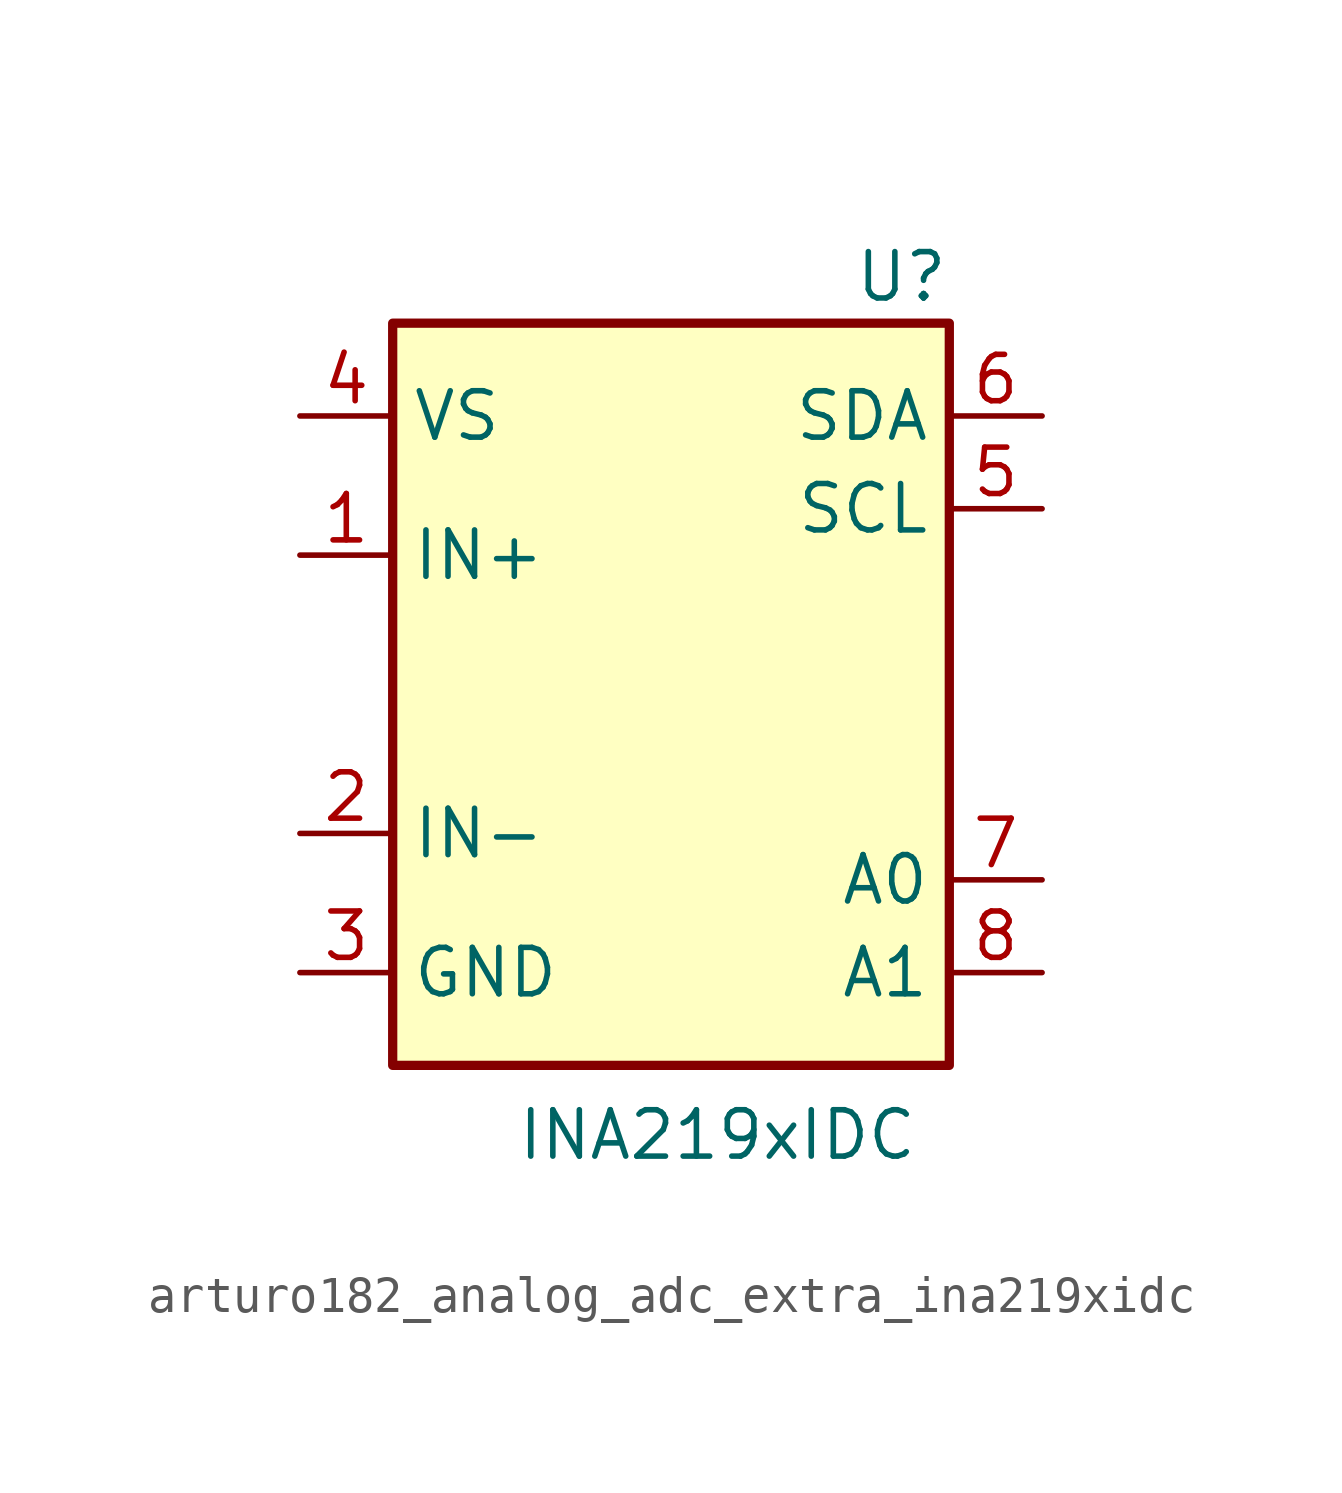
<source format=kicad_sym>
(kicad_symbol_lib
  (version 20220914)
  (generator kicad_symbol_editor)
  (symbol "Analog_ADC_Extra:arturo182_analog_adc_extra_ina219xidc"
    (pin_names
      (offset 0.508))
    (property "Reference" "U"
      (at 7.62 11.43 0)
      (effects (font (size 1.27 1.27)) (justify right)))
    (property "Value" "INA219xIDC"
      (at 1.27 -12.065 0)
      (effects (font (size 1.27 1.27))))
    (symbol "arturo182_analog_adc_extra_ina219xidc_0_1"
      (rectangle (start -7.62 10.16) (end 7.62 -10.16) (stroke (width 0.254)) (fill (type background))))
    (symbol "arturo182_analog_adc_extra_ina219xidc_1_1"
      (pin input line (at -10.16 3.81 0) (length 2.54) (name "IN+" (effects (font (size 1.27 1.27)))) (number "1" (effects (font (size 1.27 1.27)))))
      (pin input line (at -10.16 -3.81 0) (length 2.54) (name "IN-" (effects (font (size 1.27 1.27)))) (number "2" (effects (font (size 1.27 1.27)))))
      (pin power_in line (at -10.16 -7.62 0) (length 2.54) (name "GND" (effects (font (size 1.27 1.27)))) (number "3" (effects (font (size 1.27 1.27)))))
      (pin power_in line (at -10.16 7.62 0) (length 2.54) (name "VS" (effects (font (size 1.27 1.27)))) (number "4" (effects (font (size 1.27 1.27)))))
      (pin input line (at 10.16 5.08 180) (length 2.54) (name "SCL" (effects (font (size 1.27 1.27)))) (number "5" (effects (font (size 1.27 1.27)))))
      (pin bidirectional line (at 10.16 7.62 180) (length 2.54) (name "SDA" (effects (font (size 1.27 1.27)))) (number "6" (effects (font (size 1.27 1.27)))))
      (pin input line (at 10.16 -5.08 180) (length 2.54) (name "A0" (effects (font (size 1.27 1.27)))) (number "7" (effects (font (size 1.27 1.27)))))
      (pin input line (at 10.16 -7.62 180) (length 2.54) (name "A1" (effects (font (size 1.27 1.27)))) (number "8" (effects (font (size 1.27 1.27))))))))
</source>
